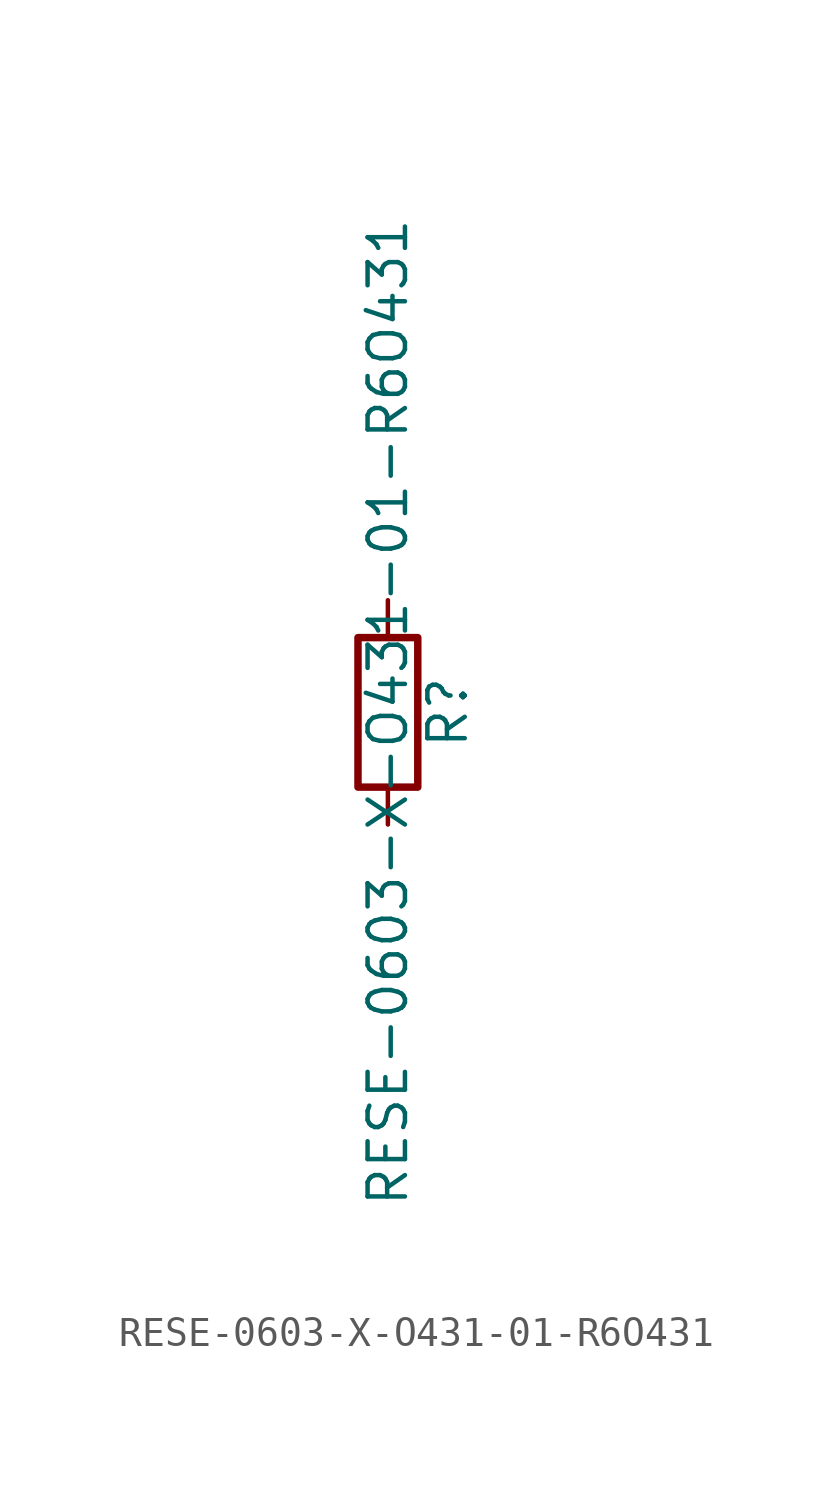
<source format=kicad_sym>
(kicad_symbol_lib
  (version 20211014)
  (generator kicad_symbol_editor)
  (symbol "RESE-0603-X-O431-01-R6O431"
    (pin_numbers hide)
    (pin_names
      (offset 0))
    (property "Reference" "R"
      (at 2.032 0 90)
      (effects (font (size 1.27 1.27))))
    (property "Value" "RESE-0603-X-O431-01-R6O431"
      (at 0 0 90)
      (effects (font (size 1.27 1.27))))
    (symbol "RESE-0603-X-O431-01-R6O431_0_1"
      (rectangle (start -1.016 -2.54) (end 1.016 2.54) (stroke (width 0.254) (type default) (color 0 0 0 0)) (fill (type none))))
    (symbol "RESE-0603-X-O431-01-R6O431_1_1"
      (pin passive line (at 0 3.81 270) (length 1.27) (name "~" (effects (font (size 1.27 1.27)))) (number "1" (effects (font (size 1.27 1.27)))))
      (pin passive line (at 0 -3.81 90) (length 1.27) (name "~" (effects (font (size 1.27 1.27)))) (number "2" (effects (font (size 1.27 1.27))))))))
</source>
